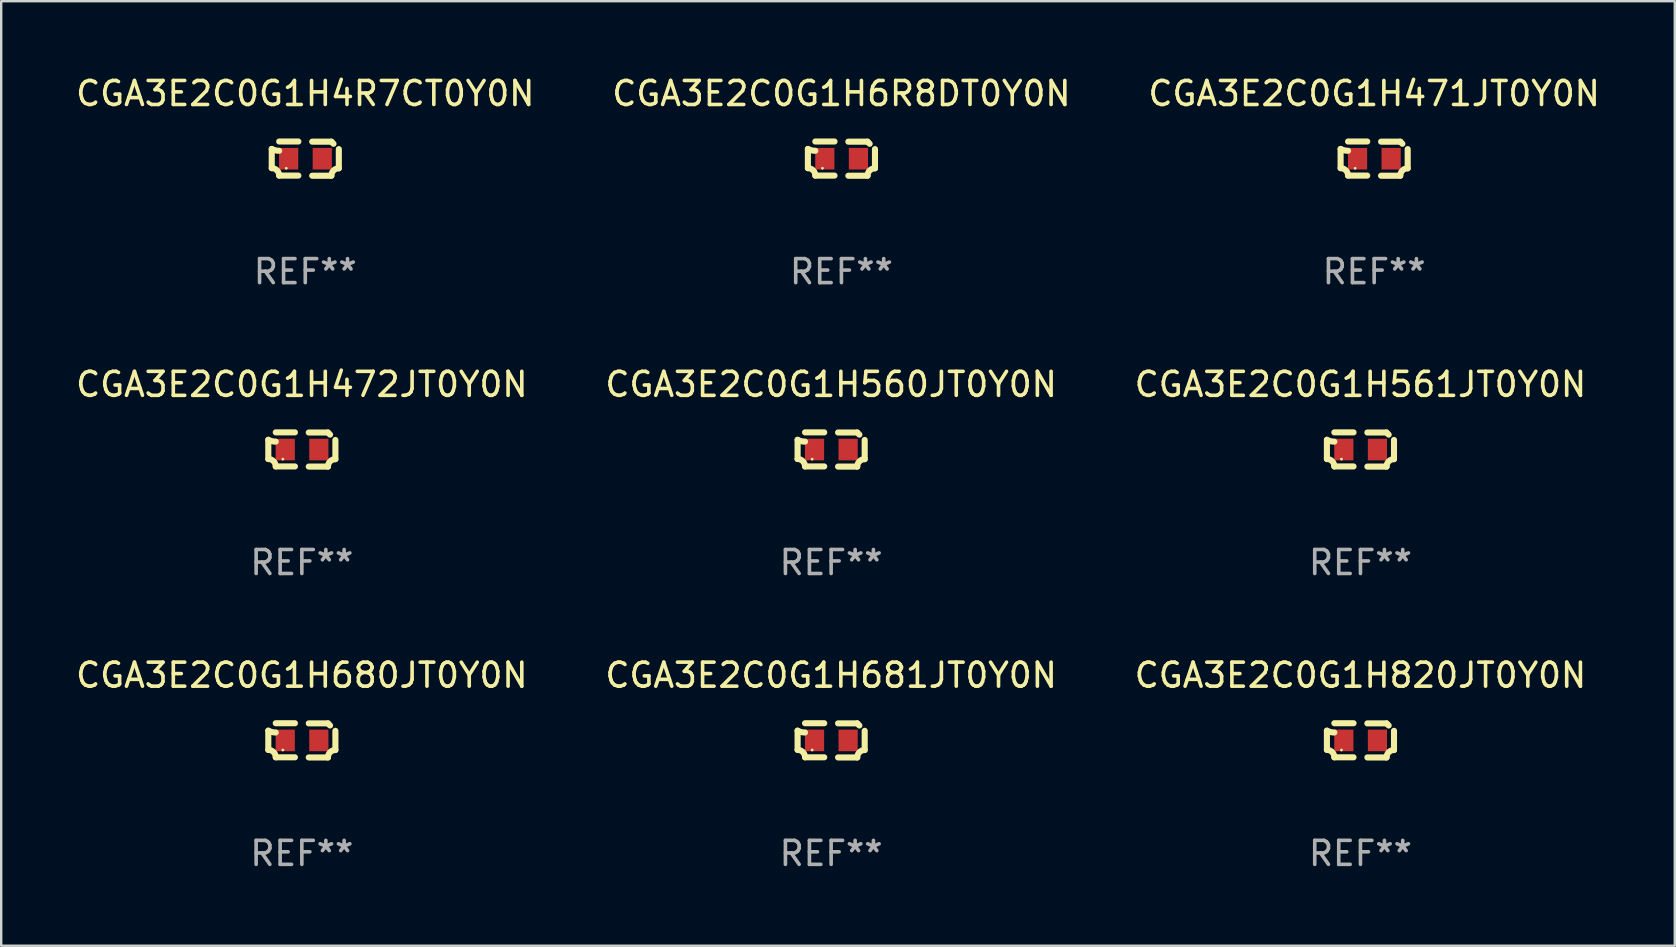
<source format=kicad_pcb>
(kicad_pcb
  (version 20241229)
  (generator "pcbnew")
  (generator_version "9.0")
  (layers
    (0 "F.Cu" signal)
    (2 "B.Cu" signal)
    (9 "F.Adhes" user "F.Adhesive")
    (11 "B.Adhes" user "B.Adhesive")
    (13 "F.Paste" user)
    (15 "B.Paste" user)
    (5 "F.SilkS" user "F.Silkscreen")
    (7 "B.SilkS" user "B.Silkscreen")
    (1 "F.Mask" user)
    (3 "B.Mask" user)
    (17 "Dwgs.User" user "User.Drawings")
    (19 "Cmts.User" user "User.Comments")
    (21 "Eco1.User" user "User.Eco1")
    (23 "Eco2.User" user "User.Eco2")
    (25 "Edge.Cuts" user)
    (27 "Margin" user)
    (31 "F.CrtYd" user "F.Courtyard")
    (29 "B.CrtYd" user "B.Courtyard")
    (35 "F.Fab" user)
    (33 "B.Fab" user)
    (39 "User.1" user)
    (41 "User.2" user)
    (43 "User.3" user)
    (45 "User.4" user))
  (footprint "CGA3E2C0G1H681JT0Y0N"
    (layer "F.Cu")
    (at 31.589 27.805)
    (property "Reference" "CGA3E2C0G1H681JT0Y0N" (at 0 -2.713 0) (layer "F.SilkS") (effects (font (size 1 1) (thickness 0.15))))
    (attr through_hole)
    (fp_line (start -1.398 -0.403) (end -1.398 0.397) (stroke (width 0.254) (type solid)) (layer "F.SilkS"))
    (fp_line (start -0.288 -0.713) (end -1.088 -0.713) (stroke (width 0.254) (type solid)) (layer "F.SilkS"))
    (fp_line (start -0.288 0.707) (end -1.088 0.707) (stroke (width 0.254) (type solid)) (layer "F.SilkS"))
    (fp_line (start 0.288 -0.707) (end 1.088 -0.707) (stroke (width 0.254) (type solid)) (layer "F.SilkS"))
    (fp_line (start 0.288 0.713) (end 1.088 0.713) (stroke (width 0.254) (type solid)) (layer "F.SilkS"))
    (fp_line (start 1.398 -0.397) (end 1.398 0.403) (stroke (width 0.254) (type solid)) (layer "F.SilkS"))
    (fp_arc (start -1.397789 0.397066) (mid -1.178701 0.487826) (end -1.08796 0.706922) (stroke (width 0.254001) (type solid)) (layer "F.SilkS"))
    (fp_arc (start -1.08796 -0.327176) (mid -1.247436 -0.346384) (end -1.39779 -0.402908) (stroke (width 0.254001) (type solid)) (layer "F.SilkS"))
    (fp_arc (start 1.087909 0.712738) (mid 1.178656 0.493655) (end 1.397739 0.402908) (stroke (width 0.254001) (type solid)) (layer "F.SilkS"))
    (fp_arc (start 1.175925 -0.618926) (mid 1.131917 -0.662923) (end 1.08791 -0.706922) (stroke (width 0.254001) (type solid)) (layer "F.SilkS"))
    (fp_circle (center -0.792 0.403) (end -0.762 0.403) (stroke (width 0.06) (type solid)) (fill no) (layer "F.SilkS"))
    (fp_text user "REF**" (at 0 4.713 0) (layer "F.Fab") (effects (font (size 1 1) (thickness 0.15))))
    (pad "1" smd rect (at -0.692 0.003) (size 0.8 0.9) (layers "F.Cu" "F.Mask" "F.Paste"))
    (pad "2" smd rect (at 0.708 0.003) (size 0.8 0.9) (layers "F.Cu" "F.Mask" "F.Paste")))
  (footprint "CGA3E2C0G1H6R8DT0Y0N"
    (layer "F.Cu")
    (at 32.018 3.561)
    (property "Reference" "CGA3E2C0G1H6R8DT0Y0N" (at 0 -2.713 0) (layer "F.SilkS") (effects (font (size 1 1) (thickness 0.15))))
    (attr through_hole)
    (fp_line (start -1.398 -0.403) (end -1.398 0.397) (stroke (width 0.254) (type solid)) (layer "F.SilkS"))
    (fp_line (start -0.288 -0.713) (end -1.088 -0.713) (stroke (width 0.254) (type solid)) (layer "F.SilkS"))
    (fp_line (start -0.288 0.707) (end -1.088 0.707) (stroke (width 0.254) (type solid)) (layer "F.SilkS"))
    (fp_line (start 0.288 -0.707) (end 1.088 -0.707) (stroke (width 0.254) (type solid)) (layer "F.SilkS"))
    (fp_line (start 0.288 0.713) (end 1.088 0.713) (stroke (width 0.254) (type solid)) (layer "F.SilkS"))
    (fp_line (start 1.398 -0.397) (end 1.398 0.403) (stroke (width 0.254) (type solid)) (layer "F.SilkS"))
    (fp_arc (start -1.397789 0.397066) (mid -1.178701 0.487826) (end -1.08796 0.706922) (stroke (width 0.254001) (type solid)) (layer "F.SilkS"))
    (fp_arc (start -1.08796 -0.327176) (mid -1.247436 -0.346384) (end -1.39779 -0.402908) (stroke (width 0.254001) (type solid)) (layer "F.SilkS"))
    (fp_arc (start 1.087909 0.712738) (mid 1.178656 0.493655) (end 1.397739 0.402908) (stroke (width 0.254001) (type solid)) (layer "F.SilkS"))
    (fp_arc (start 1.175925 -0.618926) (mid 1.131917 -0.662923) (end 1.08791 -0.706922) (stroke (width 0.254001) (type solid)) (layer "F.SilkS"))
    (fp_circle (center -0.792 0.403) (end -0.762 0.403) (stroke (width 0.06) (type solid)) (fill no) (layer "F.SilkS"))
    (fp_text user "REF**" (at 0 4.713 0) (layer "F.Fab") (effects (font (size 1 1) (thickness 0.15))))
    (pad "1" smd rect (at -0.692 0.003) (size 0.8 0.9) (layers "F.Cu" "F.Mask" "F.Paste"))
    (pad "2" smd rect (at 0.708 0.003) (size 0.8 0.9) (layers "F.Cu" "F.Mask" "F.Paste")))
  (footprint "CGA3E2C0G1H820JT0Y0N"
    (layer "F.Cu")
    (at 53.649 27.805)
    (property "Reference" "CGA3E2C0G1H820JT0Y0N" (at 0 -2.713 0) (layer "F.SilkS") (effects (font (size 1 1) (thickness 0.15))))
    (attr through_hole)
    (fp_line (start -1.398 -0.403) (end -1.398 0.397) (stroke (width 0.254) (type solid)) (layer "F.SilkS"))
    (fp_line (start -0.288 -0.713) (end -1.088 -0.713) (stroke (width 0.254) (type solid)) (layer "F.SilkS"))
    (fp_line (start -0.288 0.707) (end -1.088 0.707) (stroke (width 0.254) (type solid)) (layer "F.SilkS"))
    (fp_line (start 0.288 -0.707) (end 1.088 -0.707) (stroke (width 0.254) (type solid)) (layer "F.SilkS"))
    (fp_line (start 0.288 0.713) (end 1.088 0.713) (stroke (width 0.254) (type solid)) (layer "F.SilkS"))
    (fp_line (start 1.398 -0.397) (end 1.398 0.403) (stroke (width 0.254) (type solid)) (layer "F.SilkS"))
    (fp_arc (start -1.397789 0.397066) (mid -1.178701 0.487826) (end -1.08796 0.706922) (stroke (width 0.254001) (type solid)) (layer "F.SilkS"))
    (fp_arc (start -1.08796 -0.327176) (mid -1.247436 -0.346384) (end -1.39779 -0.402908) (stroke (width 0.254001) (type solid)) (layer "F.SilkS"))
    (fp_arc (start 1.087909 0.712738) (mid 1.178656 0.493655) (end 1.397739 0.402908) (stroke (width 0.254001) (type solid)) (layer "F.SilkS"))
    (fp_arc (start 1.175925 -0.618926) (mid 1.131917 -0.662923) (end 1.08791 -0.706922) (stroke (width 0.254001) (type solid)) (layer "F.SilkS"))
    (fp_circle (center -0.792 0.403) (end -0.762 0.403) (stroke (width 0.06) (type solid)) (fill no) (layer "F.SilkS"))
    (fp_text user "REF**" (at 0 4.713 0) (layer "F.Fab") (effects (font (size 1 1) (thickness 0.15))))
    (pad "1" smd rect (at -0.692 0.003) (size 0.8 0.9) (layers "F.Cu" "F.Mask" "F.Paste"))
    (pad "2" smd rect (at 0.708 0.003) (size 0.8 0.9) (layers "F.Cu" "F.Mask" "F.Paste")))
  (footprint "CGA3E2C0G1H561JT0Y0N"
    (layer "F.Cu")
    (at 53.649 15.683)
    (property "Reference" "CGA3E2C0G1H561JT0Y0N" (at 0 -2.713 0) (layer "F.SilkS") (effects (font (size 1 1) (thickness 0.15))))
    (attr through_hole)
    (fp_line (start -1.398 -0.403) (end -1.398 0.397) (stroke (width 0.254) (type solid)) (layer "F.SilkS"))
    (fp_line (start -0.288 -0.713) (end -1.088 -0.713) (stroke (width 0.254) (type solid)) (layer "F.SilkS"))
    (fp_line (start -0.288 0.707) (end -1.088 0.707) (stroke (width 0.254) (type solid)) (layer "F.SilkS"))
    (fp_line (start 0.288 -0.707) (end 1.088 -0.707) (stroke (width 0.254) (type solid)) (layer "F.SilkS"))
    (fp_line (start 0.288 0.713) (end 1.088 0.713) (stroke (width 0.254) (type solid)) (layer "F.SilkS"))
    (fp_line (start 1.398 -0.397) (end 1.398 0.403) (stroke (width 0.254) (type solid)) (layer "F.SilkS"))
    (fp_arc (start -1.397789 0.397066) (mid -1.178701 0.487826) (end -1.08796 0.706922) (stroke (width 0.254001) (type solid)) (layer "F.SilkS"))
    (fp_arc (start -1.08796 -0.327176) (mid -1.247436 -0.346384) (end -1.39779 -0.402908) (stroke (width 0.254001) (type solid)) (layer "F.SilkS"))
    (fp_arc (start 1.087909 0.712738) (mid 1.178656 0.493655) (end 1.397739 0.402908) (stroke (width 0.254001) (type solid)) (layer "F.SilkS"))
    (fp_arc (start 1.175925 -0.618926) (mid 1.131917 -0.662923) (end 1.08791 -0.706922) (stroke (width 0.254001) (type solid)) (layer "F.SilkS"))
    (fp_circle (center -0.792 0.403) (end -0.762 0.403) (stroke (width 0.06) (type solid)) (fill no) (layer "F.SilkS"))
    (fp_text user "REF**" (at 0 4.713 0) (layer "F.Fab") (effects (font (size 1 1) (thickness 0.15))))
    (pad "1" smd rect (at -0.692 0.003) (size 0.8 0.9) (layers "F.Cu" "F.Mask" "F.Paste"))
    (pad "2" smd rect (at 0.708 0.003) (size 0.8 0.9) (layers "F.Cu" "F.Mask" "F.Paste")))
  (footprint "CGA3E2C0G1H471JT0Y0N"
    (layer "F.Cu")
    (at 54.22 3.561)
    (property "Reference" "CGA3E2C0G1H471JT0Y0N" (at 0 -2.713 0) (layer "F.SilkS") (effects (font (size 1 1) (thickness 0.15))))
    (attr through_hole)
    (fp_line (start -1.398 -0.403) (end -1.398 0.397) (stroke (width 0.254) (type solid)) (layer "F.SilkS"))
    (fp_line (start -0.288 -0.713) (end -1.088 -0.713) (stroke (width 0.254) (type solid)) (layer "F.SilkS"))
    (fp_line (start -0.288 0.707) (end -1.088 0.707) (stroke (width 0.254) (type solid)) (layer "F.SilkS"))
    (fp_line (start 0.288 -0.707) (end 1.088 -0.707) (stroke (width 0.254) (type solid)) (layer "F.SilkS"))
    (fp_line (start 0.288 0.713) (end 1.088 0.713) (stroke (width 0.254) (type solid)) (layer "F.SilkS"))
    (fp_line (start 1.398 -0.397) (end 1.398 0.403) (stroke (width 0.254) (type solid)) (layer "F.SilkS"))
    (fp_arc (start -1.397789 0.397066) (mid -1.178701 0.487826) (end -1.08796 0.706922) (stroke (width 0.254001) (type solid)) (layer "F.SilkS"))
    (fp_arc (start -1.08796 -0.327176) (mid -1.247436 -0.346384) (end -1.39779 -0.402908) (stroke (width 0.254001) (type solid)) (layer "F.SilkS"))
    (fp_arc (start 1.087909 0.712738) (mid 1.178656 0.493655) (end 1.397739 0.402908) (stroke (width 0.254001) (type solid)) (layer "F.SilkS"))
    (fp_arc (start 1.175925 -0.618926) (mid 1.131917 -0.662923) (end 1.08791 -0.706922) (stroke (width 0.254001) (type solid)) (layer "F.SilkS"))
    (fp_circle (center -0.792 0.403) (end -0.762 0.403) (stroke (width 0.06) (type solid)) (fill no) (layer "F.SilkS"))
    (fp_text user "REF**" (at 0 4.713 0) (layer "F.Fab") (effects (font (size 1 1) (thickness 0.15))))
    (pad "1" smd rect (at -0.692 0.003) (size 0.8 0.9) (layers "F.Cu" "F.Mask" "F.Paste"))
    (pad "2" smd rect (at 0.708 0.003) (size 0.8 0.9) (layers "F.Cu" "F.Mask" "F.Paste")))
  (footprint "CGA3E2C0G1H472JT0Y0N"
    (layer "F.Cu")
    (at 9.53 15.683)
    (property "Reference" "CGA3E2C0G1H472JT0Y0N" (at 0 -2.713 0) (layer "F.SilkS") (effects (font (size 1 1) (thickness 0.15))))
    (attr through_hole)
    (fp_line (start -1.398 -0.403) (end -1.398 0.397) (stroke (width 0.254) (type solid)) (layer "F.SilkS"))
    (fp_line (start -0.288 -0.713) (end -1.088 -0.713) (stroke (width 0.254) (type solid)) (layer "F.SilkS"))
    (fp_line (start -0.288 0.707) (end -1.088 0.707) (stroke (width 0.254) (type solid)) (layer "F.SilkS"))
    (fp_line (start 0.288 -0.707) (end 1.088 -0.707) (stroke (width 0.254) (type solid)) (layer "F.SilkS"))
    (fp_line (start 0.288 0.713) (end 1.088 0.713) (stroke (width 0.254) (type solid)) (layer "F.SilkS"))
    (fp_line (start 1.398 -0.397) (end 1.398 0.403) (stroke (width 0.254) (type solid)) (layer "F.SilkS"))
    (fp_arc (start -1.397789 0.397066) (mid -1.178701 0.487826) (end -1.08796 0.706922) (stroke (width 0.254001) (type solid)) (layer "F.SilkS"))
    (fp_arc (start -1.08796 -0.327176) (mid -1.247436 -0.346384) (end -1.39779 -0.402908) (stroke (width 0.254001) (type solid)) (layer "F.SilkS"))
    (fp_arc (start 1.087909 0.712738) (mid 1.178656 0.493655) (end 1.397739 0.402908) (stroke (width 0.254001) (type solid)) (layer "F.SilkS"))
    (fp_arc (start 1.175925 -0.618926) (mid 1.131917 -0.662923) (end 1.08791 -0.706922) (stroke (width 0.254001) (type solid)) (layer "F.SilkS"))
    (fp_circle (center -0.792 0.403) (end -0.762 0.403) (stroke (width 0.06) (type solid)) (fill no) (layer "F.SilkS"))
    (fp_text user "REF**" (at 0 4.713 0) (layer "F.Fab") (effects (font (size 1 1) (thickness 0.15))))
    (pad "1" smd rect (at -0.692 0.003) (size 0.8 0.9) (layers "F.Cu" "F.Mask" "F.Paste"))
    (pad "2" smd rect (at 0.708 0.003) (size 0.8 0.9) (layers "F.Cu" "F.Mask" "F.Paste")))
  (footprint "CGA3E2C0G1H560JT0Y0N"
    (layer "F.Cu")
    (at 31.589 15.683)
    (property "Reference" "CGA3E2C0G1H560JT0Y0N" (at 0 -2.713 0) (layer "F.SilkS") (effects (font (size 1 1) (thickness 0.15))))
    (attr through_hole)
    (fp_line (start -1.398 -0.403) (end -1.398 0.397) (stroke (width 0.254) (type solid)) (layer "F.SilkS"))
    (fp_line (start -0.288 -0.713) (end -1.088 -0.713) (stroke (width 0.254) (type solid)) (layer "F.SilkS"))
    (fp_line (start -0.288 0.707) (end -1.088 0.707) (stroke (width 0.254) (type solid)) (layer "F.SilkS"))
    (fp_line (start 0.288 -0.707) (end 1.088 -0.707) (stroke (width 0.254) (type solid)) (layer "F.SilkS"))
    (fp_line (start 0.288 0.713) (end 1.088 0.713) (stroke (width 0.254) (type solid)) (layer "F.SilkS"))
    (fp_line (start 1.398 -0.397) (end 1.398 0.403) (stroke (width 0.254) (type solid)) (layer "F.SilkS"))
    (fp_arc (start -1.397789 0.397066) (mid -1.178701 0.487826) (end -1.08796 0.706922) (stroke (width 0.254001) (type solid)) (layer "F.SilkS"))
    (fp_arc (start -1.08796 -0.327176) (mid -1.247436 -0.346384) (end -1.39779 -0.402908) (stroke (width 0.254001) (type solid)) (layer "F.SilkS"))
    (fp_arc (start 1.087909 0.712738) (mid 1.178656 0.493655) (end 1.397739 0.402908) (stroke (width 0.254001) (type solid)) (layer "F.SilkS"))
    (fp_arc (start 1.175925 -0.618926) (mid 1.131917 -0.662923) (end 1.08791 -0.706922) (stroke (width 0.254001) (type solid)) (layer "F.SilkS"))
    (fp_circle (center -0.792 0.403) (end -0.762 0.403) (stroke (width 0.06) (type solid)) (fill no) (layer "F.SilkS"))
    (fp_text user "REF**" (at 0 4.713 0) (layer "F.Fab") (effects (font (size 1 1) (thickness 0.15))))
    (pad "1" smd rect (at -0.692 0.003) (size 0.8 0.9) (layers "F.Cu" "F.Mask" "F.Paste"))
    (pad "2" smd rect (at 0.708 0.003) (size 0.8 0.9) (layers "F.Cu" "F.Mask" "F.Paste")))
  (footprint "CGA3E2C0G1H4R7CT0Y0N"
    (layer "F.Cu")
    (at 9.673 3.561)
    (property "Reference" "CGA3E2C0G1H4R7CT0Y0N" (at 0 -2.713 0) (layer "F.SilkS") (effects (font (size 1 1) (thickness 0.15))))
    (attr through_hole)
    (fp_line (start -1.398 -0.403) (end -1.398 0.397) (stroke (width 0.254) (type solid)) (layer "F.SilkS"))
    (fp_line (start -0.288 -0.713) (end -1.088 -0.713) (stroke (width 0.254) (type solid)) (layer "F.SilkS"))
    (fp_line (start -0.288 0.707) (end -1.088 0.707) (stroke (width 0.254) (type solid)) (layer "F.SilkS"))
    (fp_line (start 0.288 -0.707) (end 1.088 -0.707) (stroke (width 0.254) (type solid)) (layer "F.SilkS"))
    (fp_line (start 0.288 0.713) (end 1.088 0.713) (stroke (width 0.254) (type solid)) (layer "F.SilkS"))
    (fp_line (start 1.398 -0.397) (end 1.398 0.403) (stroke (width 0.254) (type solid)) (layer "F.SilkS"))
    (fp_arc (start -1.397789 0.397066) (mid -1.178701 0.487826) (end -1.08796 0.706922) (stroke (width 0.254001) (type solid)) (layer "F.SilkS"))
    (fp_arc (start -1.08796 -0.327176) (mid -1.247436 -0.346384) (end -1.39779 -0.402908) (stroke (width 0.254001) (type solid)) (layer "F.SilkS"))
    (fp_arc (start 1.087909 0.712738) (mid 1.178656 0.493655) (end 1.397739 0.402908) (stroke (width 0.254001) (type solid)) (layer "F.SilkS"))
    (fp_arc (start 1.175925 -0.618926) (mid 1.131917 -0.662923) (end 1.08791 -0.706922) (stroke (width 0.254001) (type solid)) (layer "F.SilkS"))
    (fp_circle (center -0.792 0.403) (end -0.762 0.403) (stroke (width 0.06) (type solid)) (fill no) (layer "F.SilkS"))
    (fp_text user "REF**" (at 0 4.713 0) (layer "F.Fab") (effects (font (size 1 1) (thickness 0.15))))
    (pad "1" smd rect (at -0.692 0.003) (size 0.8 0.9) (layers "F.Cu" "F.Mask" "F.Paste"))
    (pad "2" smd rect (at 0.708 0.003) (size 0.8 0.9) (layers "F.Cu" "F.Mask" "F.Paste")))
  (footprint "CGA3E2C0G1H680JT0Y0N"
    (layer "F.Cu")
    (at 9.53 27.805)
    (property "Reference" "CGA3E2C0G1H680JT0Y0N" (at 0 -2.713 0) (layer "F.SilkS") (effects (font (size 1 1) (thickness 0.15))))
    (attr through_hole)
    (fp_line (start -1.398 -0.403) (end -1.398 0.397) (stroke (width 0.254) (type solid)) (layer "F.SilkS"))
    (fp_line (start -0.288 -0.713) (end -1.088 -0.713) (stroke (width 0.254) (type solid)) (layer "F.SilkS"))
    (fp_line (start -0.288 0.707) (end -1.088 0.707) (stroke (width 0.254) (type solid)) (layer "F.SilkS"))
    (fp_line (start 0.288 -0.707) (end 1.088 -0.707) (stroke (width 0.254) (type solid)) (layer "F.SilkS"))
    (fp_line (start 0.288 0.713) (end 1.088 0.713) (stroke (width 0.254) (type solid)) (layer "F.SilkS"))
    (fp_line (start 1.398 -0.397) (end 1.398 0.403) (stroke (width 0.254) (type solid)) (layer "F.SilkS"))
    (fp_arc (start -1.397789 0.397066) (mid -1.178701 0.487826) (end -1.08796 0.706922) (stroke (width 0.254001) (type solid)) (layer "F.SilkS"))
    (fp_arc (start -1.08796 -0.327176) (mid -1.247436 -0.346384) (end -1.39779 -0.402908) (stroke (width 0.254001) (type solid)) (layer "F.SilkS"))
    (fp_arc (start 1.087909 0.712738) (mid 1.178656 0.493655) (end 1.397739 0.402908) (stroke (width 0.254001) (type solid)) (layer "F.SilkS"))
    (fp_arc (start 1.175925 -0.618926) (mid 1.131917 -0.662923) (end 1.08791 -0.706922) (stroke (width 0.254001) (type solid)) (layer "F.SilkS"))
    (fp_circle (center -0.792 0.403) (end -0.762 0.403) (stroke (width 0.06) (type solid)) (fill no) (layer "F.SilkS"))
    (fp_text user "REF**" (at 0 4.713 0) (layer "F.Fab") (effects (font (size 1 1) (thickness 0.15))))
    (pad "1" smd rect (at -0.692 0.003) (size 0.8 0.9) (layers "F.Cu" "F.Mask" "F.Paste"))
    (pad "2" smd rect (at 0.708 0.003) (size 0.8 0.9) (layers "F.Cu" "F.Mask" "F.Paste")))
  (gr_rect
    (start -3 -3)
    (end 66.75 36.366)
    (stroke (width 0.1) (type default))
    (fill no)
    (layer "Edge.Cuts")))
</source>
